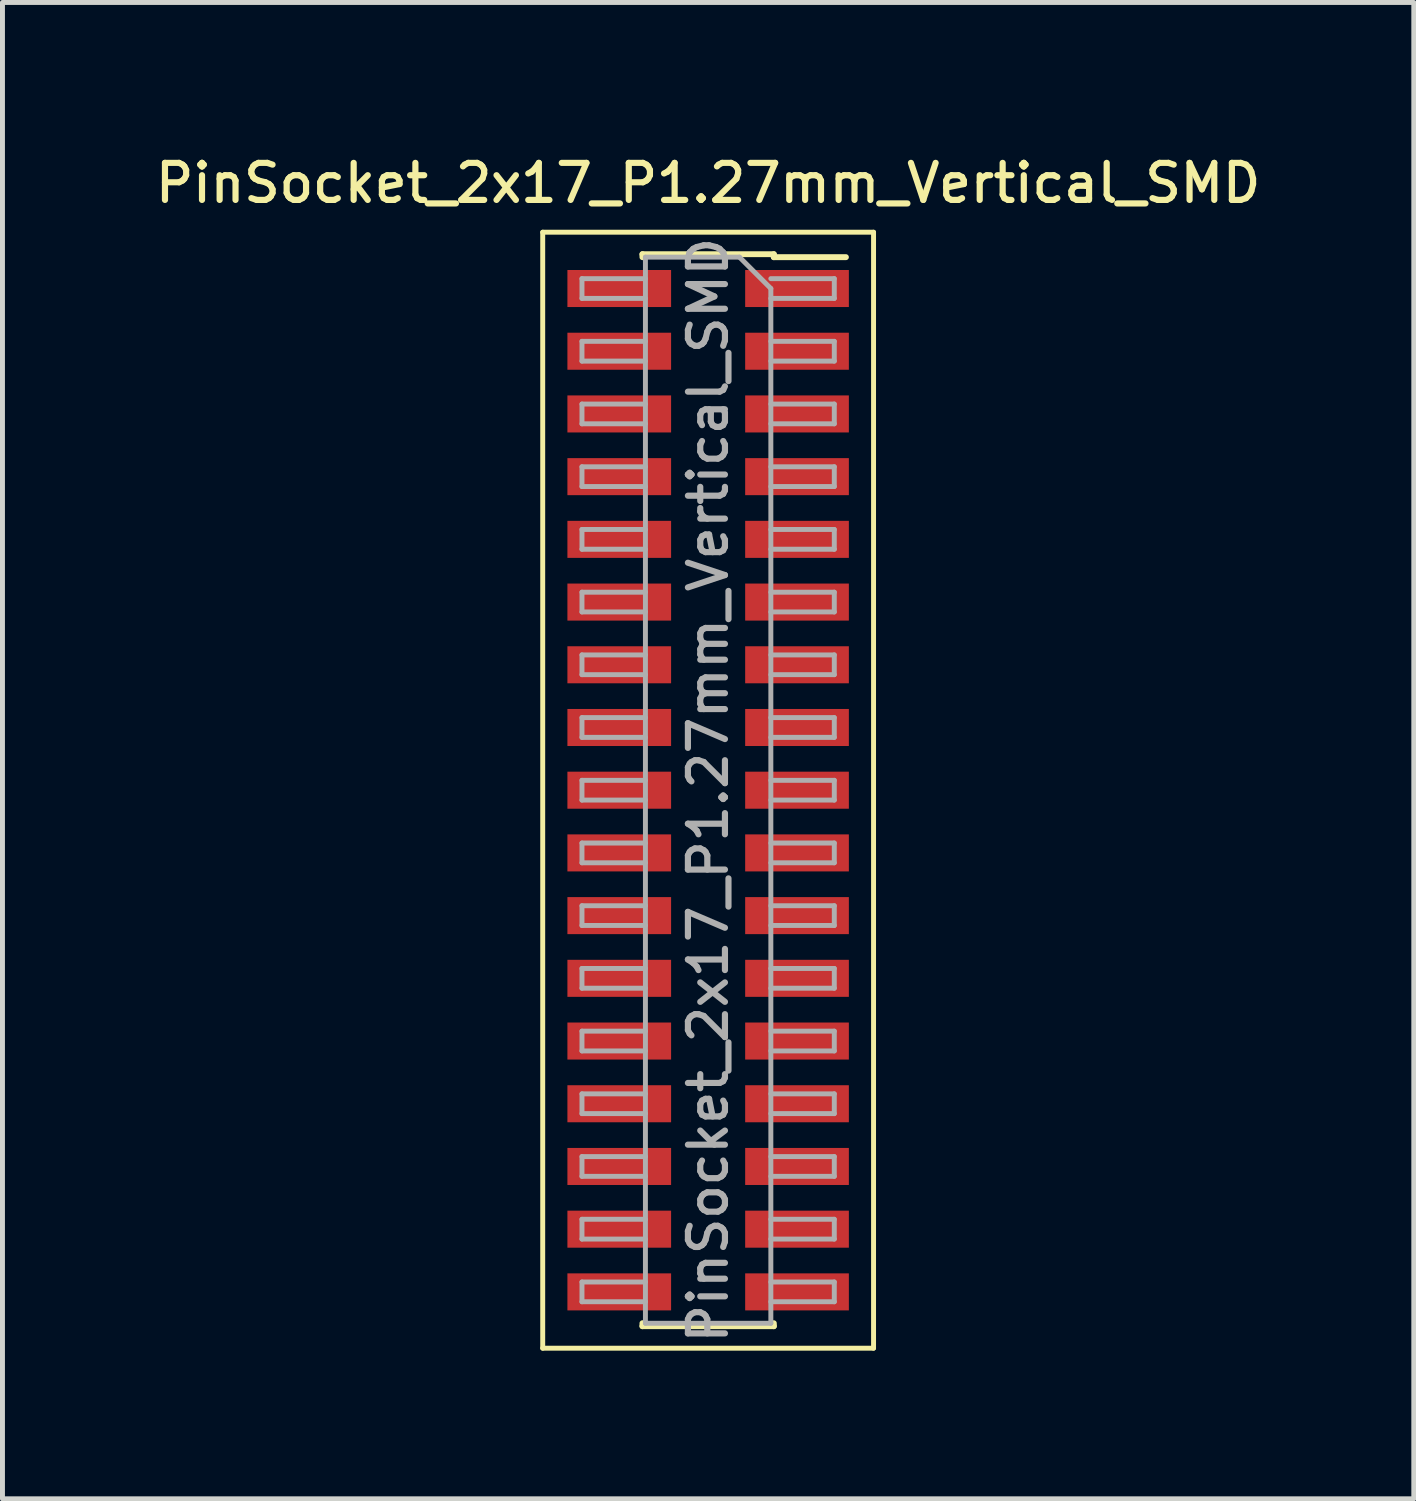
<source format=kicad_pcb>
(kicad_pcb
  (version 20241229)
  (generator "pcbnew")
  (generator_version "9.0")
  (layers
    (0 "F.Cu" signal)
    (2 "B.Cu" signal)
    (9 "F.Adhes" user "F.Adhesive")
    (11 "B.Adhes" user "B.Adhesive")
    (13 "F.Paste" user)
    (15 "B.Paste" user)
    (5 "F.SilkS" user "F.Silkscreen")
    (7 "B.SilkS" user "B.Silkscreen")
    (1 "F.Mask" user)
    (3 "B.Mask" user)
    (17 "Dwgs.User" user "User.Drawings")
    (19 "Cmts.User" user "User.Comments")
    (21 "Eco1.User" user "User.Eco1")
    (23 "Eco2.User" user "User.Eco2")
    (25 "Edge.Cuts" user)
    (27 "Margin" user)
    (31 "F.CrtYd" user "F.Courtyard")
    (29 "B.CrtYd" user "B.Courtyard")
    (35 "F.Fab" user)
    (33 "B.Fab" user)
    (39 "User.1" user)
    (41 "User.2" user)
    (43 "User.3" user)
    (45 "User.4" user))
  (footprint "PinSocket_2x17_P1.27mm_Vertical_SMD"
    (layer "F.Cu")
    (at 11.291 12.953)
    (property "Reference" "PinSocket_2x17_P1.27mm_Vertical_SMD" (at 0 -12.295 0) (layer "F.SilkS") (effects (font (size 0.75 0.75) (thickness 0.125))))
    (attr smd)
    (fp_line (start -3.35 -11.3) (end 3.35 -11.3) (stroke (width 0.1) (type solid)) (layer "F.SilkS"))
    (fp_line (start -3.35 11.3) (end -3.35 -11.3) (stroke (width 0.1) (type solid)) (layer "F.SilkS"))
    (fp_line (start -1.33 -10.855) (end -1.33 -10.795) (stroke (width 0.12) (type solid)) (layer "F.SilkS"))
    (fp_line (start -1.33 -10.855) (end 1.33 -10.855) (stroke (width 0.12) (type solid)) (layer "F.SilkS"))
    (fp_line (start -1.33 10.795) (end -1.33 10.855) (stroke (width 0.12) (type solid)) (layer "F.SilkS"))
    (fp_line (start -1.33 10.855) (end 1.33 10.855) (stroke (width 0.12) (type solid)) (layer "F.SilkS"))
    (fp_line (start 1.33 -10.855) (end 1.33 -10.795) (stroke (width 0.12) (type solid)) (layer "F.SilkS"))
    (fp_line (start 1.33 -10.795) (end 2.79 -10.795) (stroke (width 0.12) (type solid)) (layer "F.SilkS"))
    (fp_line (start 1.33 10.795) (end 1.33 10.855) (stroke (width 0.12) (type solid)) (layer "F.SilkS"))
    (fp_line (start 3.35 -11.3) (end 3.35 11.3) (stroke (width 0.1) (type solid)) (layer "F.SilkS"))
    (fp_line (start 3.35 11.3) (end -3.35 11.3) (stroke (width 0.1) (type solid)) (layer "F.SilkS"))
    (fp_line (start -2.555 -10.36) (end -1.27 -10.36) (stroke (width 0.1) (type solid)) (layer "F.Fab"))
    (fp_line (start -2.555 -9.96) (end -2.555 -10.36) (stroke (width 0.1) (type solid)) (layer "F.Fab"))
    (fp_line (start -2.555 -9.09) (end -1.27 -9.09) (stroke (width 0.1) (type solid)) (layer "F.Fab"))
    (fp_line (start -2.555 -8.69) (end -2.555 -9.09) (stroke (width 0.1) (type solid)) (layer "F.Fab"))
    (fp_line (start -2.555 -7.82) (end -1.27 -7.82) (stroke (width 0.1) (type solid)) (layer "F.Fab"))
    (fp_line (start -2.555 -7.42) (end -2.555 -7.82) (stroke (width 0.1) (type solid)) (layer "F.Fab"))
    (fp_line (start -2.555 -6.55) (end -1.27 -6.55) (stroke (width 0.1) (type solid)) (layer "F.Fab"))
    (fp_line (start -2.555 -6.15) (end -2.555 -6.55) (stroke (width 0.1) (type solid)) (layer "F.Fab"))
    (fp_line (start -2.555 -5.28) (end -1.27 -5.28) (stroke (width 0.1) (type solid)) (layer "F.Fab"))
    (fp_line (start -2.555 -4.88) (end -2.555 -5.28) (stroke (width 0.1) (type solid)) (layer "F.Fab"))
    (fp_line (start -2.555 -4.01) (end -1.27 -4.01) (stroke (width 0.1) (type solid)) (layer "F.Fab"))
    (fp_line (start -2.555 -3.61) (end -2.555 -4.01) (stroke (width 0.1) (type solid)) (layer "F.Fab"))
    (fp_line (start -2.555 -2.74) (end -1.27 -2.74) (stroke (width 0.1) (type solid)) (layer "F.Fab"))
    (fp_line (start -2.555 -2.34) (end -2.555 -2.74) (stroke (width 0.1) (type solid)) (layer "F.Fab"))
    (fp_line (start -2.555 -1.47) (end -1.27 -1.47) (stroke (width 0.1) (type solid)) (layer "F.Fab"))
    (fp_line (start -2.555 -1.07) (end -2.555 -1.47) (stroke (width 0.1) (type solid)) (layer "F.Fab"))
    (fp_line (start -2.555 -0.2) (end -1.27 -0.2) (stroke (width 0.1) (type solid)) (layer "F.Fab"))
    (fp_line (start -2.555 0.2) (end -2.555 -0.2) (stroke (width 0.1) (type solid)) (layer "F.Fab"))
    (fp_line (start -2.555 1.07) (end -1.27 1.07) (stroke (width 0.1) (type solid)) (layer "F.Fab"))
    (fp_line (start -2.555 1.47) (end -2.555 1.07) (stroke (width 0.1) (type solid)) (layer "F.Fab"))
    (fp_line (start -2.555 2.34) (end -1.27 2.34) (stroke (width 0.1) (type solid)) (layer "F.Fab"))
    (fp_line (start -2.555 2.74) (end -2.555 2.34) (stroke (width 0.1) (type solid)) (layer "F.Fab"))
    (fp_line (start -2.555 3.61) (end -1.27 3.61) (stroke (width 0.1) (type solid)) (layer "F.Fab"))
    (fp_line (start -2.555 4.01) (end -2.555 3.61) (stroke (width 0.1) (type solid)) (layer "F.Fab"))
    (fp_line (start -2.555 4.88) (end -1.27 4.88) (stroke (width 0.1) (type solid)) (layer "F.Fab"))
    (fp_line (start -2.555 5.28) (end -2.555 4.88) (stroke (width 0.1) (type solid)) (layer "F.Fab"))
    (fp_line (start -2.555 6.15) (end -1.27 6.15) (stroke (width 0.1) (type solid)) (layer "F.Fab"))
    (fp_line (start -2.555 6.55) (end -2.555 6.15) (stroke (width 0.1) (type solid)) (layer "F.Fab"))
    (fp_line (start -2.555 7.42) (end -1.27 7.42) (stroke (width 0.1) (type solid)) (layer "F.Fab"))
    (fp_line (start -2.555 7.82) (end -2.555 7.42) (stroke (width 0.1) (type solid)) (layer "F.Fab"))
    (fp_line (start -2.555 8.69) (end -1.27 8.69) (stroke (width 0.1) (type solid)) (layer "F.Fab"))
    (fp_line (start -2.555 9.09) (end -2.555 8.69) (stroke (width 0.1) (type solid)) (layer "F.Fab"))
    (fp_line (start -2.555 9.96) (end -1.27 9.96) (stroke (width 0.1) (type solid)) (layer "F.Fab"))
    (fp_line (start -2.555 10.36) (end -2.555 9.96) (stroke (width 0.1) (type solid)) (layer "F.Fab"))
    (fp_line (start -1.27 -10.795) (end 0.635 -10.795) (stroke (width 0.1) (type solid)) (layer "F.Fab"))
    (fp_line (start -1.27 -9.96) (end -2.555 -9.96) (stroke (width 0.1) (type solid)) (layer "F.Fab"))
    (fp_line (start -1.27 -8.69) (end -2.555 -8.69) (stroke (width 0.1) (type solid)) (layer "F.Fab"))
    (fp_line (start -1.27 -7.42) (end -2.555 -7.42) (stroke (width 0.1) (type solid)) (layer "F.Fab"))
    (fp_line (start -1.27 -6.15) (end -2.555 -6.15) (stroke (width 0.1) (type solid)) (layer "F.Fab"))
    (fp_line (start -1.27 -4.88) (end -2.555 -4.88) (stroke (width 0.1) (type solid)) (layer "F.Fab"))
    (fp_line (start -1.27 -3.61) (end -2.555 -3.61) (stroke (width 0.1) (type solid)) (layer "F.Fab"))
    (fp_line (start -1.27 -2.34) (end -2.555 -2.34) (stroke (width 0.1) (type solid)) (layer "F.Fab"))
    (fp_line (start -1.27 -1.07) (end -2.555 -1.07) (stroke (width 0.1) (type solid)) (layer "F.Fab"))
    (fp_line (start -1.27 0.2) (end -2.555 0.2) (stroke (width 0.1) (type solid)) (layer "F.Fab"))
    (fp_line (start -1.27 1.47) (end -2.555 1.47) (stroke (width 0.1) (type solid)) (layer "F.Fab"))
    (fp_line (start -1.27 2.74) (end -2.555 2.74) (stroke (width 0.1) (type solid)) (layer "F.Fab"))
    (fp_line (start -1.27 4.01) (end -2.555 4.01) (stroke (width 0.1) (type solid)) (layer "F.Fab"))
    (fp_line (start -1.27 5.28) (end -2.555 5.28) (stroke (width 0.1) (type solid)) (layer "F.Fab"))
    (fp_line (start -1.27 6.55) (end -2.555 6.55) (stroke (width 0.1) (type solid)) (layer "F.Fab"))
    (fp_line (start -1.27 7.82) (end -2.555 7.82) (stroke (width 0.1) (type solid)) (layer "F.Fab"))
    (fp_line (start -1.27 9.09) (end -2.555 9.09) (stroke (width 0.1) (type solid)) (layer "F.Fab"))
    (fp_line (start -1.27 10.36) (end -2.555 10.36) (stroke (width 0.1) (type solid)) (layer "F.Fab"))
    (fp_line (start -1.27 10.795) (end -1.27 -10.795) (stroke (width 0.1) (type solid)) (layer "F.Fab"))
    (fp_line (start 0.635 -10.795) (end 1.27 -10.16) (stroke (width 0.1) (type solid)) (layer "F.Fab"))
    (fp_line (start 1.27 -10.36) (end 2.555 -10.36) (stroke (width 0.1) (type solid)) (layer "F.Fab"))
    (fp_line (start 1.27 -10.16) (end 1.27 10.795) (stroke (width 0.1) (type solid)) (layer "F.Fab"))
    (fp_line (start 1.27 -9.09) (end 2.555 -9.09) (stroke (width 0.1) (type solid)) (layer "F.Fab"))
    (fp_line (start 1.27 -7.82) (end 2.555 -7.82) (stroke (width 0.1) (type solid)) (layer "F.Fab"))
    (fp_line (start 1.27 -6.55) (end 2.555 -6.55) (stroke (width 0.1) (type solid)) (layer "F.Fab"))
    (fp_line (start 1.27 -5.28) (end 2.555 -5.28) (stroke (width 0.1) (type solid)) (layer "F.Fab"))
    (fp_line (start 1.27 -4.01) (end 2.555 -4.01) (stroke (width 0.1) (type solid)) (layer "F.Fab"))
    (fp_line (start 1.27 -2.74) (end 2.555 -2.74) (stroke (width 0.1) (type solid)) (layer "F.Fab"))
    (fp_line (start 1.27 -1.47) (end 2.555 -1.47) (stroke (width 0.1) (type solid)) (layer "F.Fab"))
    (fp_line (start 1.27 -0.2) (end 2.555 -0.2) (stroke (width 0.1) (type solid)) (layer "F.Fab"))
    (fp_line (start 1.27 1.07) (end 2.555 1.07) (stroke (width 0.1) (type solid)) (layer "F.Fab"))
    (fp_line (start 1.27 2.34) (end 2.555 2.34) (stroke (width 0.1) (type solid)) (layer "F.Fab"))
    (fp_line (start 1.27 3.61) (end 2.555 3.61) (stroke (width 0.1) (type solid)) (layer "F.Fab"))
    (fp_line (start 1.27 4.88) (end 2.555 4.88) (stroke (width 0.1) (type solid)) (layer "F.Fab"))
    (fp_line (start 1.27 6.15) (end 2.555 6.15) (stroke (width 0.1) (type solid)) (layer "F.Fab"))
    (fp_line (start 1.27 7.42) (end 2.555 7.42) (stroke (width 0.1) (type solid)) (layer "F.Fab"))
    (fp_line (start 1.27 8.69) (end 2.555 8.69) (stroke (width 0.1) (type solid)) (layer "F.Fab"))
    (fp_line (start 1.27 9.96) (end 2.555 9.96) (stroke (width 0.1) (type solid)) (layer "F.Fab"))
    (fp_line (start 1.27 10.795) (end -1.27 10.795) (stroke (width 0.1) (type solid)) (layer "F.Fab"))
    (fp_line (start 2.555 -10.36) (end 2.555 -9.96) (stroke (width 0.1) (type solid)) (layer "F.Fab"))
    (fp_line (start 2.555 -9.96) (end 1.27 -9.96) (stroke (width 0.1) (type solid)) (layer "F.Fab"))
    (fp_line (start 2.555 -9.09) (end 2.555 -8.69) (stroke (width 0.1) (type solid)) (layer "F.Fab"))
    (fp_line (start 2.555 -8.69) (end 1.27 -8.69) (stroke (width 0.1) (type solid)) (layer "F.Fab"))
    (fp_line (start 2.555 -7.82) (end 2.555 -7.42) (stroke (width 0.1) (type solid)) (layer "F.Fab"))
    (fp_line (start 2.555 -7.42) (end 1.27 -7.42) (stroke (width 0.1) (type solid)) (layer "F.Fab"))
    (fp_line (start 2.555 -6.55) (end 2.555 -6.15) (stroke (width 0.1) (type solid)) (layer "F.Fab"))
    (fp_line (start 2.555 -6.15) (end 1.27 -6.15) (stroke (width 0.1) (type solid)) (layer "F.Fab"))
    (fp_line (start 2.555 -5.28) (end 2.555 -4.88) (stroke (width 0.1) (type solid)) (layer "F.Fab"))
    (fp_line (start 2.555 -4.88) (end 1.27 -4.88) (stroke (width 0.1) (type solid)) (layer "F.Fab"))
    (fp_line (start 2.555 -4.01) (end 2.555 -3.61) (stroke (width 0.1) (type solid)) (layer "F.Fab"))
    (fp_line (start 2.555 -3.61) (end 1.27 -3.61) (stroke (width 0.1) (type solid)) (layer "F.Fab"))
    (fp_line (start 2.555 -2.74) (end 2.555 -2.34) (stroke (width 0.1) (type solid)) (layer "F.Fab"))
    (fp_line (start 2.555 -2.34) (end 1.27 -2.34) (stroke (width 0.1) (type solid)) (layer "F.Fab"))
    (fp_line (start 2.555 -1.47) (end 2.555 -1.07) (stroke (width 0.1) (type solid)) (layer "F.Fab"))
    (fp_line (start 2.555 -1.07) (end 1.27 -1.07) (stroke (width 0.1) (type solid)) (layer "F.Fab"))
    (fp_line (start 2.555 -0.2) (end 2.555 0.2) (stroke (width 0.1) (type solid)) (layer "F.Fab"))
    (fp_line (start 2.555 0.2) (end 1.27 0.2) (stroke (width 0.1) (type solid)) (layer "F.Fab"))
    (fp_line (start 2.555 1.07) (end 2.555 1.47) (stroke (width 0.1) (type solid)) (layer "F.Fab"))
    (fp_line (start 2.555 1.47) (end 1.27 1.47) (stroke (width 0.1) (type solid)) (layer "F.Fab"))
    (fp_line (start 2.555 2.34) (end 2.555 2.74) (stroke (width 0.1) (type solid)) (layer "F.Fab"))
    (fp_line (start 2.555 2.74) (end 1.27 2.74) (stroke (width 0.1) (type solid)) (layer "F.Fab"))
    (fp_line (start 2.555 3.61) (end 2.555 4.01) (stroke (width 0.1) (type solid)) (layer "F.Fab"))
    (fp_line (start 2.555 4.01) (end 1.27 4.01) (stroke (width 0.1) (type solid)) (layer "F.Fab"))
    (fp_line (start 2.555 4.88) (end 2.555 5.28) (stroke (width 0.1) (type solid)) (layer "F.Fab"))
    (fp_line (start 2.555 5.28) (end 1.27 5.28) (stroke (width 0.1) (type solid)) (layer "F.Fab"))
    (fp_line (start 2.555 6.15) (end 2.555 6.55) (stroke (width 0.1) (type solid)) (layer "F.Fab"))
    (fp_line (start 2.555 6.55) (end 1.27 6.55) (stroke (width 0.1) (type solid)) (layer "F.Fab"))
    (fp_line (start 2.555 7.42) (end 2.555 7.82) (stroke (width 0.1) (type solid)) (layer "F.Fab"))
    (fp_line (start 2.555 7.82) (end 1.27 7.82) (stroke (width 0.1) (type solid)) (layer "F.Fab"))
    (fp_line (start 2.555 8.69) (end 2.555 9.09) (stroke (width 0.1) (type solid)) (layer "F.Fab"))
    (fp_line (start 2.555 9.09) (end 1.27 9.09) (stroke (width 0.1) (type solid)) (layer "F.Fab"))
    (fp_line (start 2.555 9.96) (end 2.555 10.36) (stroke (width 0.1) (type solid)) (layer "F.Fab"))
    (fp_line (start 2.555 10.36) (end 1.27 10.36) (stroke (width 0.1) (type solid)) (layer "F.Fab"))
    (fp_text user "${REFERENCE}" (at 0 0 90) (layer "F.Fab") (effects (font (size 0.75 0.75) (thickness 0.125))))
    (pad "1" smd rect (at 1.8 -10.16) (size 2.1 0.75) (layers "F.Cu" "F.Mask" "F.Paste"))
    (pad "2" smd rect (at -1.8 -10.16) (size 2.1 0.75) (layers "F.Cu" "F.Mask" "F.Paste"))
    (pad "3" smd rect (at 1.8 -8.89) (size 2.1 0.75) (layers "F.Cu" "F.Mask" "F.Paste"))
    (pad "4" smd rect (at -1.8 -8.89) (size 2.1 0.75) (layers "F.Cu" "F.Mask" "F.Paste"))
    (pad "5" smd rect (at 1.8 -7.62) (size 2.1 0.75) (layers "F.Cu" "F.Mask" "F.Paste"))
    (pad "6" smd rect (at -1.8 -7.62) (size 2.1 0.75) (layers "F.Cu" "F.Mask" "F.Paste"))
    (pad "7" smd rect (at 1.8 -6.35) (size 2.1 0.75) (layers "F.Cu" "F.Mask" "F.Paste"))
    (pad "8" smd rect (at -1.8 -6.35) (size 2.1 0.75) (layers "F.Cu" "F.Mask" "F.Paste"))
    (pad "9" smd rect (at 1.8 -5.08) (size 2.1 0.75) (layers "F.Cu" "F.Mask" "F.Paste"))
    (pad "10" smd rect (at -1.8 -5.08) (size 2.1 0.75) (layers "F.Cu" "F.Mask" "F.Paste"))
    (pad "11" smd rect (at 1.8 -3.81) (size 2.1 0.75) (layers "F.Cu" "F.Mask" "F.Paste"))
    (pad "12" smd rect (at -1.8 -3.81) (size 2.1 0.75) (layers "F.Cu" "F.Mask" "F.Paste"))
    (pad "13" smd rect (at 1.8 -2.54) (size 2.1 0.75) (layers "F.Cu" "F.Mask" "F.Paste"))
    (pad "14" smd rect (at -1.8 -2.54) (size 2.1 0.75) (layers "F.Cu" "F.Mask" "F.Paste"))
    (pad "15" smd rect (at 1.8 -1.27) (size 2.1 0.75) (layers "F.Cu" "F.Mask" "F.Paste"))
    (pad "16" smd rect (at -1.8 -1.27) (size 2.1 0.75) (layers "F.Cu" "F.Mask" "F.Paste"))
    (pad "17" smd rect (at 1.8 0) (size 2.1 0.75) (layers "F.Cu" "F.Mask" "F.Paste"))
    (pad "18" smd rect (at -1.8 0) (size 2.1 0.75) (layers "F.Cu" "F.Mask" "F.Paste"))
    (pad "19" smd rect (at 1.8 1.27) (size 2.1 0.75) (layers "F.Cu" "F.Mask" "F.Paste"))
    (pad "20" smd rect (at -1.8 1.27) (size 2.1 0.75) (layers "F.Cu" "F.Mask" "F.Paste"))
    (pad "21" smd rect (at 1.8 2.54) (size 2.1 0.75) (layers "F.Cu" "F.Mask" "F.Paste"))
    (pad "22" smd rect (at -1.8 2.54) (size 2.1 0.75) (layers "F.Cu" "F.Mask" "F.Paste"))
    (pad "23" smd rect (at 1.8 3.81) (size 2.1 0.75) (layers "F.Cu" "F.Mask" "F.Paste"))
    (pad "24" smd rect (at -1.8 3.81) (size 2.1 0.75) (layers "F.Cu" "F.Mask" "F.Paste"))
    (pad "25" smd rect (at 1.8 5.08) (size 2.1 0.75) (layers "F.Cu" "F.Mask" "F.Paste"))
    (pad "26" smd rect (at -1.8 5.08) (size 2.1 0.75) (layers "F.Cu" "F.Mask" "F.Paste"))
    (pad "27" smd rect (at 1.8 6.35) (size 2.1 0.75) (layers "F.Cu" "F.Mask" "F.Paste"))
    (pad "28" smd rect (at -1.8 6.35) (size 2.1 0.75) (layers "F.Cu" "F.Mask" "F.Paste"))
    (pad "29" smd rect (at 1.8 7.62) (size 2.1 0.75) (layers "F.Cu" "F.Mask" "F.Paste"))
    (pad "30" smd rect (at -1.8 7.62) (size 2.1 0.75) (layers "F.Cu" "F.Mask" "F.Paste"))
    (pad "31" smd rect (at 1.8 8.89) (size 2.1 0.75) (layers "F.Cu" "F.Mask" "F.Paste"))
    (pad "32" smd rect (at -1.8 8.89) (size 2.1 0.75) (layers "F.Cu" "F.Mask" "F.Paste"))
    (pad "33" smd rect (at 1.8 10.16) (size 2.1 0.75) (layers "F.Cu" "F.Mask" "F.Paste"))
    (pad "34" smd rect (at -1.8 10.16) (size 2.1 0.75) (layers "F.Cu" "F.Mask" "F.Paste")))
  (gr_rect
    (start -3 -3)
    (end 25.582 27.303)
    (stroke (width 0.1) (type default))
    (fill no)
    (layer "Edge.Cuts")))
</source>
